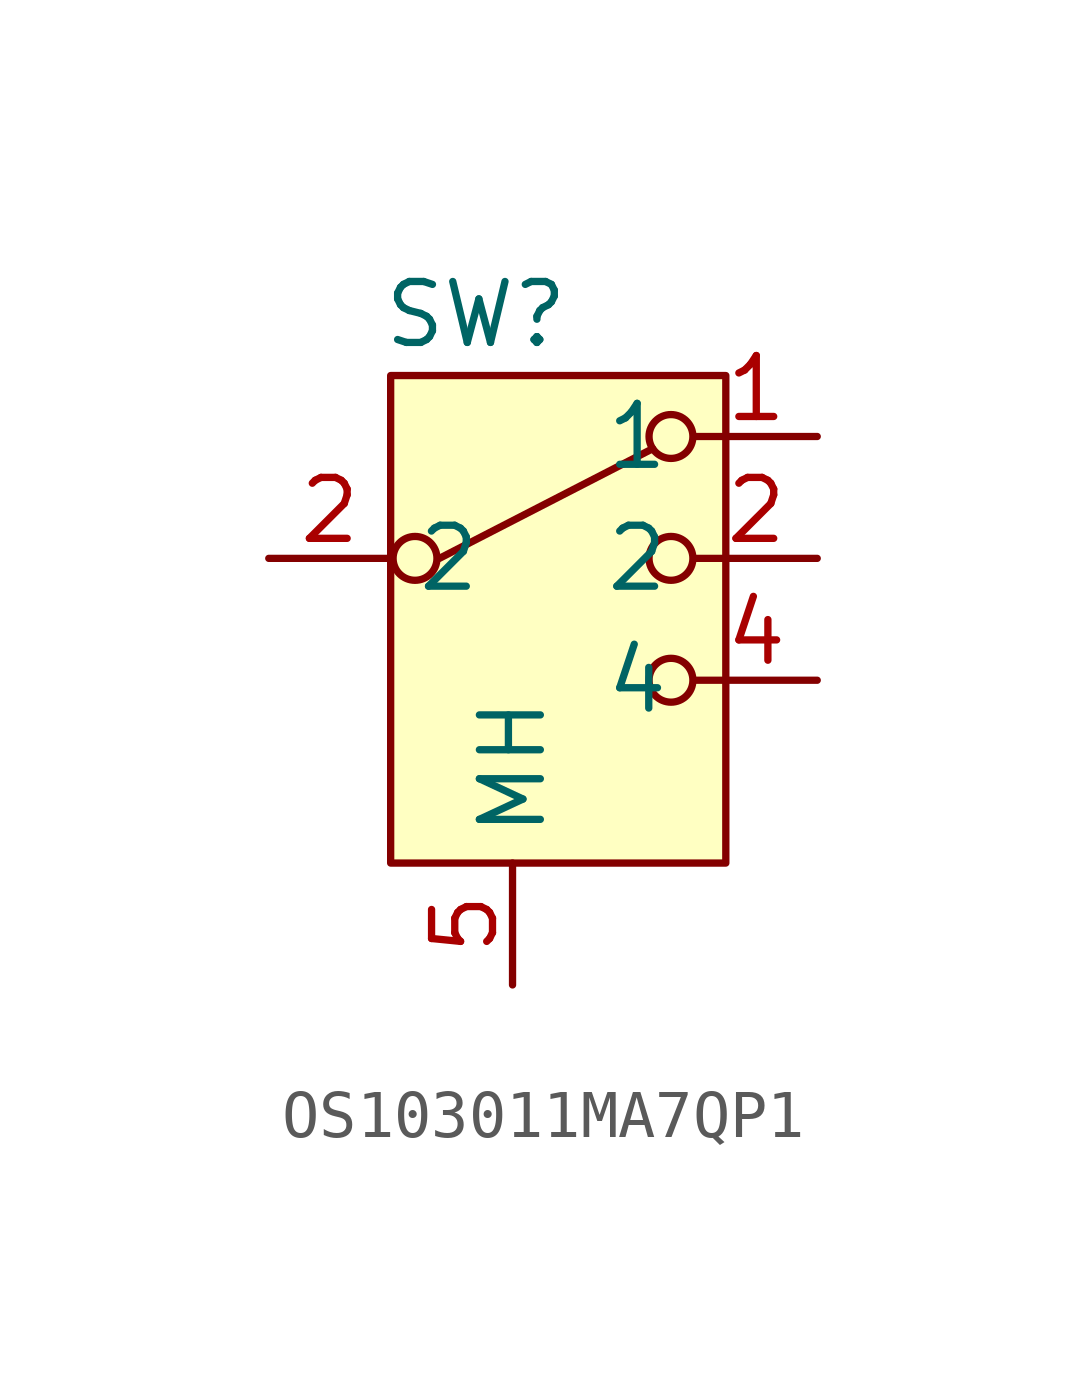
<source format=kicad_sym>
(kicad_symbol_lib
  (version 20241209)
  (generator "kicad_symbol_editor")
  (generator_version "9.0")
  (symbol "OS103011MA7QP1"
    (property "Reference" "SW"
      (at -2.032 5.08 0)
      (effects (font (size 1.27 1.27))))
    (property "Value" ""
      (at 0 0 0)
      (effects (font (size 1.27 1.27))))
    (symbol "OS103011MA7QP1_0_1"
      (circle (center -3.302 0) (radius 0.457) (stroke (width 0) (type default)) (fill (type none)))
      (polyline (pts (xy -2.794 0) (xy 1.651 2.286)) (stroke (width 0) (type default)) (fill (type none)))
      (circle (center 2.032 2.54) (radius 0.457) (stroke (width 0) (type default)) (fill (type none)))
      (circle (center 2.032 0) (radius 0.457) (stroke (width 0) (type default)) (fill (type none)))
      (circle (center 2.032 -2.54) (radius 0.457) (stroke (width 0) (type default)) (fill (type none))))
    (symbol "OS103011MA7QP1_1_1"
      (rectangle (start -3.81 3.81) (end 3.175 -6.35) (stroke (width 0) (type solid)) (fill (type background)))
      (pin passive line (at -6.35 0 0) (length 2.54) (name "2" (effects (font (size 1.27 1.27)))) (number "2" (effects (font (size 1.27 1.27)))))
      (pin passive line (at -1.27 -8.89 90) (length 2.54) (name "MH" (effects (font (size 1.27 1.27)))) (number "5" (effects (font (size 1.27 1.27)))))
      (pin passive line (at -1.27 -8.89 90) (length 2.54) (hide yes) (name "MH" (effects (font (size 1.27 1.27)))) (number "6" (effects (font (size 1.27 1.27)))))
      (pin passive line (at 5.08 2.54 180) (length 2.54) (name "1" (effects (font (size 1.27 1.27)))) (number "1" (effects (font (size 1.27 1.27)))))
      (pin passive line (at 5.08 0 180) (length 2.54) (name "2" (effects (font (size 1.27 1.27)))) (number "2" (effects (font (size 1.27 1.27)))))
      (pin passive line (at 5.08 -2.54 180) (length 2.54) (name "4" (effects (font (size 1.27 1.27)))) (number "4" (effects (font (size 1.27 1.27))))))))
</source>
